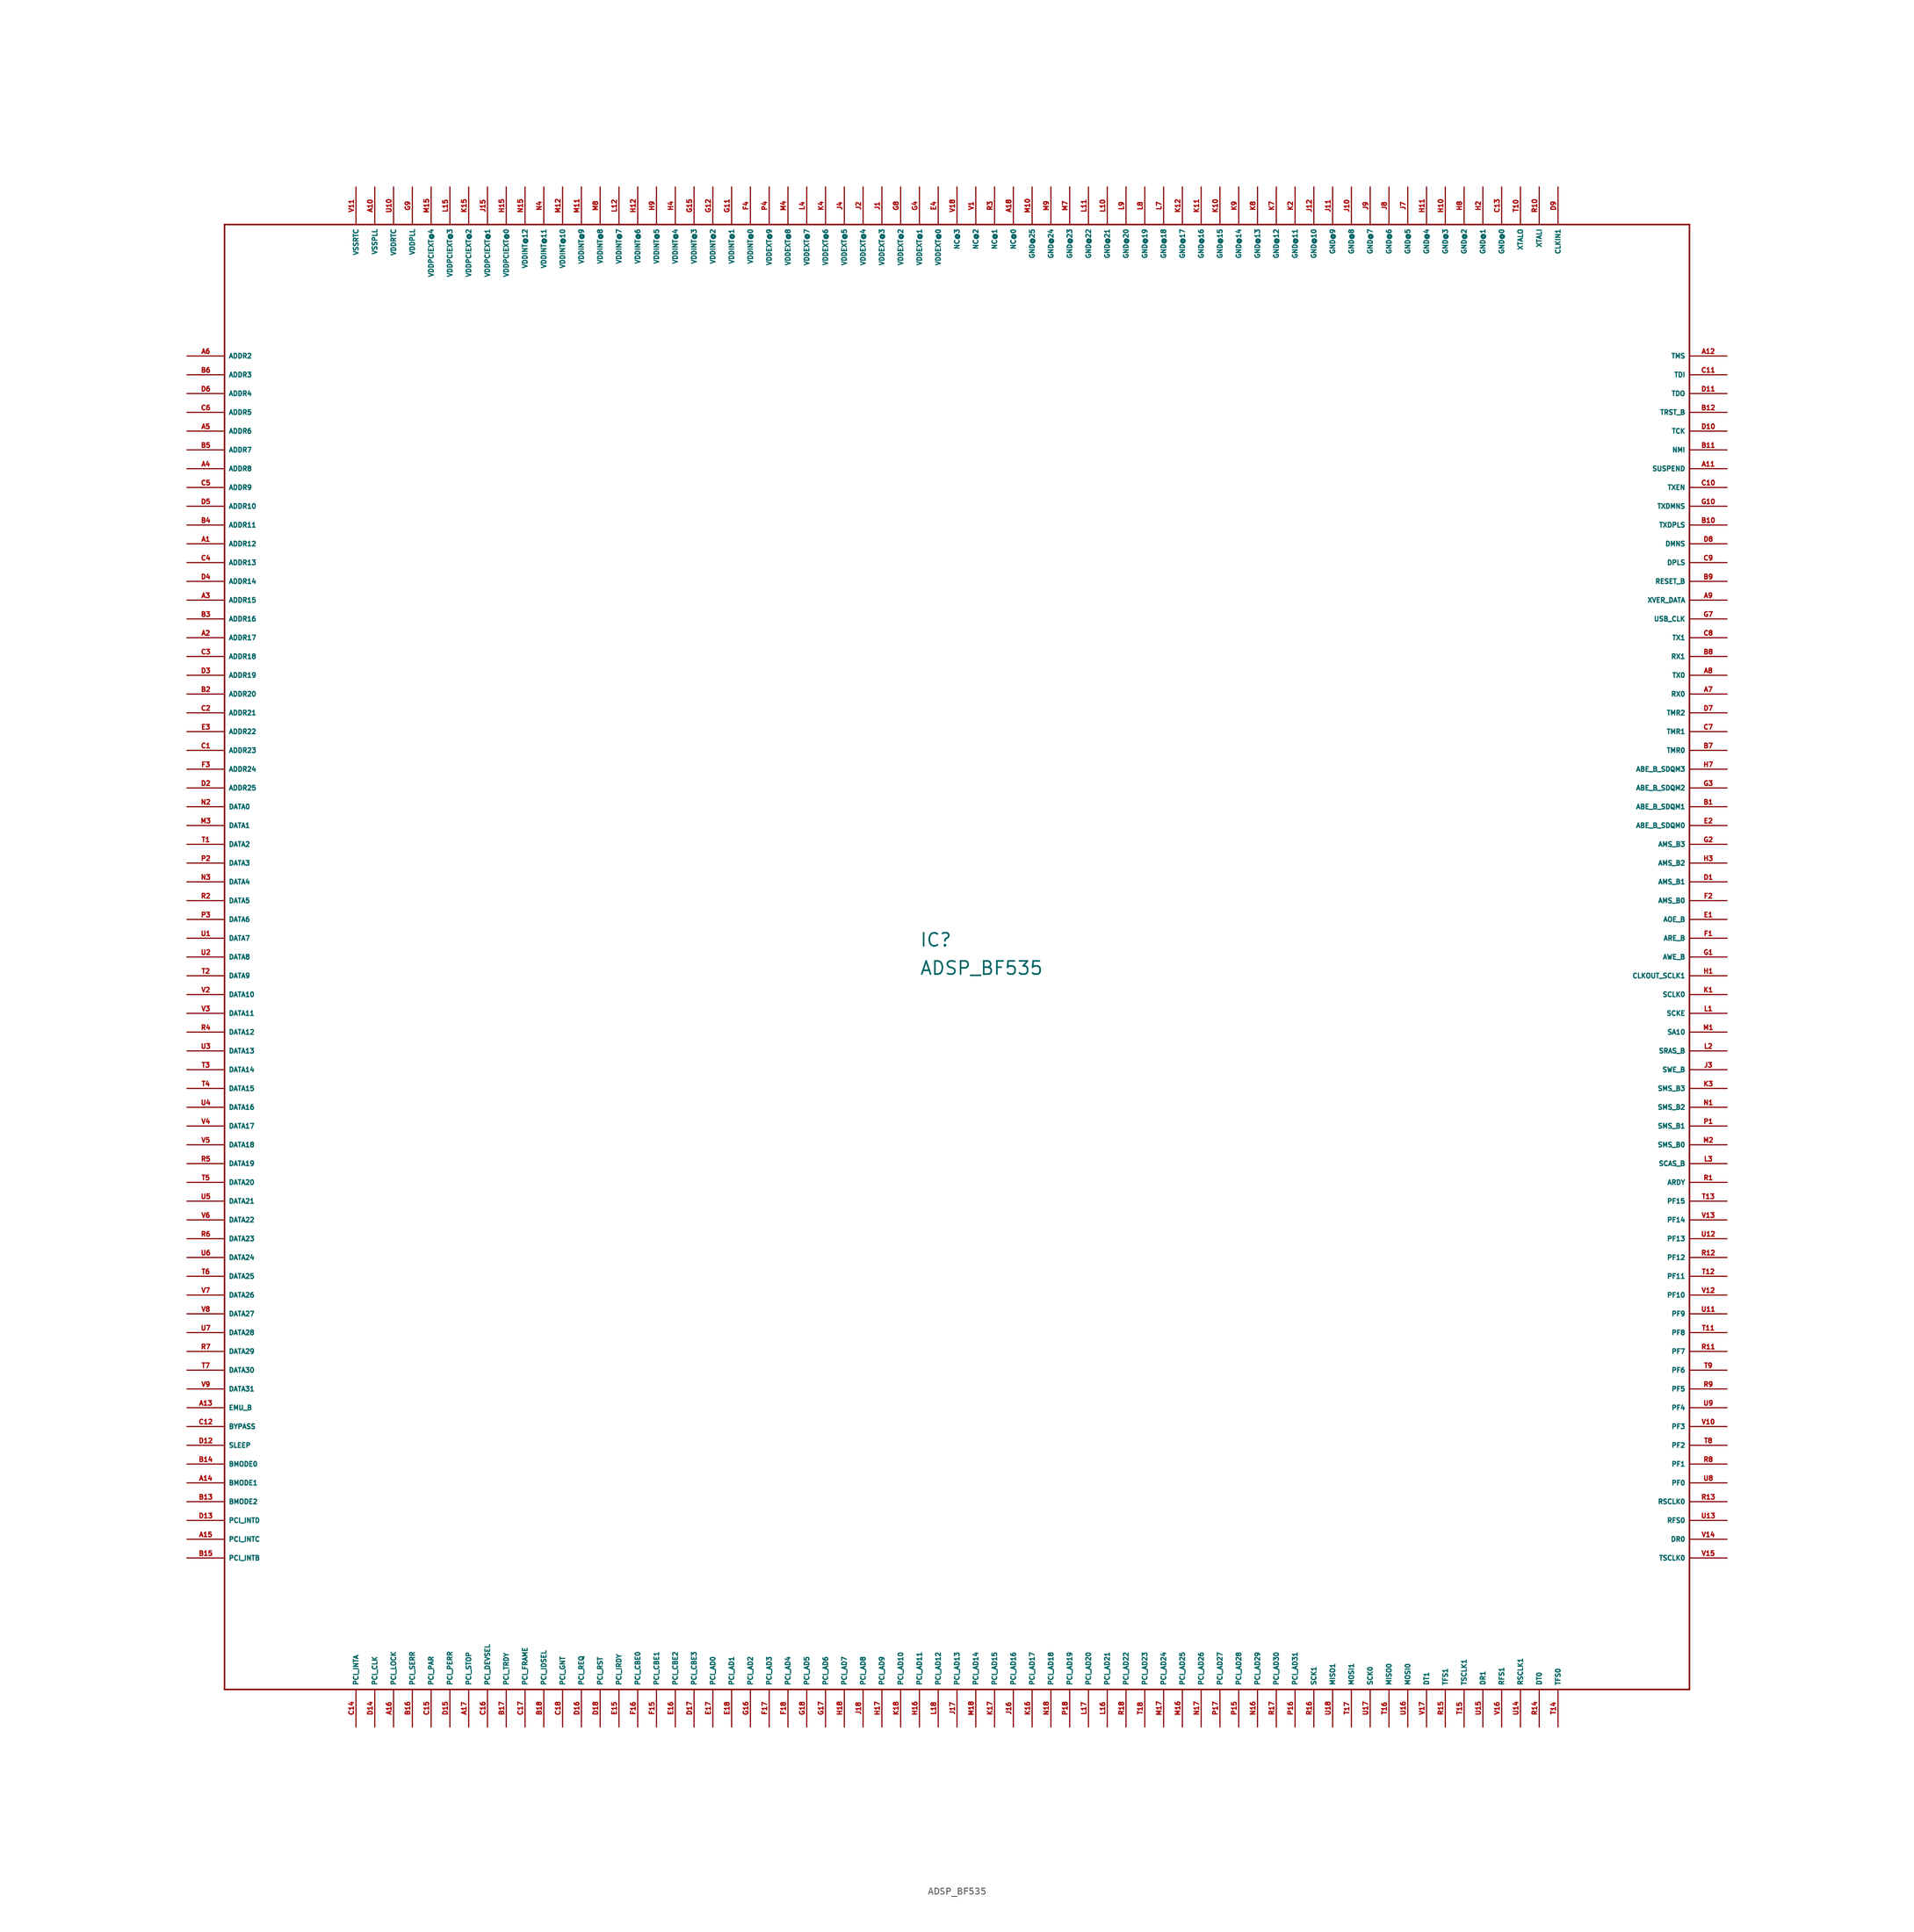
<source format=kicad_sym>
(kicad_symbol_lib
  (version 20220914)
  (generator Eagle2Kicad)
  (symbol "ADSP_BF535"
    (property "Reference" "IC"
      (at -5.08 1.27 0)
      (effects (font (size 1.778 1.778) (thickness 0.22)) (justify left bottom)))
    (property "Value" "ADSP_BF535"
      (at -5.08 -2.54 0)
      (effects (font (size 1.778 1.778) (thickness 0.22)) (justify left bottom)))
    (polyline
      (pts (xy -99.06 -99.06) (xy 99.06 -99.06))
      (stroke (width 0.203) (type default))
      (fill (type none)))
    (polyline
      (pts (xy 99.06 -99.06) (xy 99.06 99.06))
      (stroke (width 0.203) (type default))
      (fill (type none)))
    (polyline
      (pts (xy 99.06 99.06) (xy -99.06 99.06))
      (stroke (width 0.203) (type default))
      (fill (type none)))
    (polyline
      (pts (xy -99.06 99.06) (xy -99.06 -99.06))
      (stroke (width 0.203) (type default))
      (fill (type none)))
    (pin output line
      (at -104.14 81.28 0)
      (length 5.08)
      (name "ADDR2" (effects (font (size 0.635 0.635) (thickness 0.08)) (justify left bottom)))
      (number "A6" (effects (font (size 0.635 0.635) (thickness 0.08)) (justify left bottom))))
    (pin output line
      (at -104.14 78.74 0)
      (length 5.08)
      (name "ADDR3" (effects (font (size 0.635 0.635) (thickness 0.08)) (justify left bottom)))
      (number "B6" (effects (font (size 0.635 0.635) (thickness 0.08)) (justify left bottom))))
    (pin output line
      (at -104.14 76.2 0)
      (length 5.08)
      (name "ADDR4" (effects (font (size 0.635 0.635) (thickness 0.08)) (justify left bottom)))
      (number "D6" (effects (font (size 0.635 0.635) (thickness 0.08)) (justify left bottom))))
    (pin output line
      (at -104.14 73.66 0)
      (length 5.08)
      (name "ADDR5" (effects (font (size 0.635 0.635) (thickness 0.08)) (justify left bottom)))
      (number "C6" (effects (font (size 0.635 0.635) (thickness 0.08)) (justify left bottom))))
    (pin output line
      (at -104.14 71.12 0)
      (length 5.08)
      (name "ADDR6" (effects (font (size 0.635 0.635) (thickness 0.08)) (justify left bottom)))
      (number "A5" (effects (font (size 0.635 0.635) (thickness 0.08)) (justify left bottom))))
    (pin output line
      (at -104.14 68.58 0)
      (length 5.08)
      (name "ADDR7" (effects (font (size 0.635 0.635) (thickness 0.08)) (justify left bottom)))
      (number "B5" (effects (font (size 0.635 0.635) (thickness 0.08)) (justify left bottom))))
    (pin output line
      (at -104.14 66.04 0)
      (length 5.08)
      (name "ADDR8" (effects (font (size 0.635 0.635) (thickness 0.08)) (justify left bottom)))
      (number "A4" (effects (font (size 0.635 0.635) (thickness 0.08)) (justify left bottom))))
    (pin output line
      (at -104.14 63.5 0)
      (length 5.08)
      (name "ADDR9" (effects (font (size 0.635 0.635) (thickness 0.08)) (justify left bottom)))
      (number "C5" (effects (font (size 0.635 0.635) (thickness 0.08)) (justify left bottom))))
    (pin output line
      (at -104.14 60.96 0)
      (length 5.08)
      (name "ADDR10" (effects (font (size 0.635 0.635) (thickness 0.08)) (justify left bottom)))
      (number "D5" (effects (font (size 0.635 0.635) (thickness 0.08)) (justify left bottom))))
    (pin output line
      (at -104.14 58.42 0)
      (length 5.08)
      (name "ADDR11" (effects (font (size 0.635 0.635) (thickness 0.08)) (justify left bottom)))
      (number "B4" (effects (font (size 0.635 0.635) (thickness 0.08)) (justify left bottom))))
    (pin output line
      (at -104.14 55.88 0)
      (length 5.08)
      (name "ADDR12" (effects (font (size 0.635 0.635) (thickness 0.08)) (justify left bottom)))
      (number "A1" (effects (font (size 0.635 0.635) (thickness 0.08)) (justify left bottom))))
    (pin output line
      (at -104.14 53.34 0)
      (length 5.08)
      (name "ADDR13" (effects (font (size 0.635 0.635) (thickness 0.08)) (justify left bottom)))
      (number "C4" (effects (font (size 0.635 0.635) (thickness 0.08)) (justify left bottom))))
    (pin output line
      (at -104.14 50.8 0)
      (length 5.08)
      (name "ADDR14" (effects (font (size 0.635 0.635) (thickness 0.08)) (justify left bottom)))
      (number "D4" (effects (font (size 0.635 0.635) (thickness 0.08)) (justify left bottom))))
    (pin output line
      (at -104.14 48.26 0)
      (length 5.08)
      (name "ADDR15" (effects (font (size 0.635 0.635) (thickness 0.08)) (justify left bottom)))
      (number "A3" (effects (font (size 0.635 0.635) (thickness 0.08)) (justify left bottom))))
    (pin output line
      (at -104.14 45.72 0)
      (length 5.08)
      (name "ADDR16" (effects (font (size 0.635 0.635) (thickness 0.08)) (justify left bottom)))
      (number "B3" (effects (font (size 0.635 0.635) (thickness 0.08)) (justify left bottom))))
    (pin output line
      (at -104.14 43.18 0)
      (length 5.08)
      (name "ADDR17" (effects (font (size 0.635 0.635) (thickness 0.08)) (justify left bottom)))
      (number "A2" (effects (font (size 0.635 0.635) (thickness 0.08)) (justify left bottom))))
    (pin output line
      (at -104.14 40.64 0)
      (length 5.08)
      (name "ADDR18" (effects (font (size 0.635 0.635) (thickness 0.08)) (justify left bottom)))
      (number "C3" (effects (font (size 0.635 0.635) (thickness 0.08)) (justify left bottom))))
    (pin output line
      (at -104.14 38.1 0)
      (length 5.08)
      (name "ADDR19" (effects (font (size 0.635 0.635) (thickness 0.08)) (justify left bottom)))
      (number "D3" (effects (font (size 0.635 0.635) (thickness 0.08)) (justify left bottom))))
    (pin output line
      (at -104.14 35.56 0)
      (length 5.08)
      (name "ADDR20" (effects (font (size 0.635 0.635) (thickness 0.08)) (justify left bottom)))
      (number "B2" (effects (font (size 0.635 0.635) (thickness 0.08)) (justify left bottom))))
    (pin output line
      (at -104.14 33.02 0)
      (length 5.08)
      (name "ADDR21" (effects (font (size 0.635 0.635) (thickness 0.08)) (justify left bottom)))
      (number "C2" (effects (font (size 0.635 0.635) (thickness 0.08)) (justify left bottom))))
    (pin output line
      (at -104.14 30.48 0)
      (length 5.08)
      (name "ADDR22" (effects (font (size 0.635 0.635) (thickness 0.08)) (justify left bottom)))
      (number "E3" (effects (font (size 0.635 0.635) (thickness 0.08)) (justify left bottom))))
    (pin output line
      (at -104.14 27.94 0)
      (length 5.08)
      (name "ADDR23" (effects (font (size 0.635 0.635) (thickness 0.08)) (justify left bottom)))
      (number "C1" (effects (font (size 0.635 0.635) (thickness 0.08)) (justify left bottom))))
    (pin output line
      (at -104.14 25.4 0)
      (length 5.08)
      (name "ADDR24" (effects (font (size 0.635 0.635) (thickness 0.08)) (justify left bottom)))
      (number "F3" (effects (font (size 0.635 0.635) (thickness 0.08)) (justify left bottom))))
    (pin output line
      (at -104.14 22.86 0)
      (length 5.08)
      (name "ADDR25" (effects (font (size 0.635 0.635) (thickness 0.08)) (justify left bottom)))
      (number "D2" (effects (font (size 0.635 0.635) (thickness 0.08)) (justify left bottom))))
    (pin bidirectional line
      (at -104.14 20.32 0)
      (length 5.08)
      (name "DATA0" (effects (font (size 0.635 0.635) (thickness 0.08)) (justify left bottom)))
      (number "N2" (effects (font (size 0.635 0.635) (thickness 0.08)) (justify left bottom))))
    (pin bidirectional line
      (at -104.14 17.78 0)
      (length 5.08)
      (name "DATA1" (effects (font (size 0.635 0.635) (thickness 0.08)) (justify left bottom)))
      (number "M3" (effects (font (size 0.635 0.635) (thickness 0.08)) (justify left bottom))))
    (pin bidirectional line
      (at -104.14 15.24 0)
      (length 5.08)
      (name "DATA2" (effects (font (size 0.635 0.635) (thickness 0.08)) (justify left bottom)))
      (number "T1" (effects (font (size 0.635 0.635) (thickness 0.08)) (justify left bottom))))
    (pin bidirectional line
      (at -104.14 12.7 0)
      (length 5.08)
      (name "DATA3" (effects (font (size 0.635 0.635) (thickness 0.08)) (justify left bottom)))
      (number "P2" (effects (font (size 0.635 0.635) (thickness 0.08)) (justify left bottom))))
    (pin bidirectional line
      (at -104.14 10.16 0)
      (length 5.08)
      (name "DATA4" (effects (font (size 0.635 0.635) (thickness 0.08)) (justify left bottom)))
      (number "N3" (effects (font (size 0.635 0.635) (thickness 0.08)) (justify left bottom))))
    (pin bidirectional line
      (at -104.14 7.62 0)
      (length 5.08)
      (name "DATA5" (effects (font (size 0.635 0.635) (thickness 0.08)) (justify left bottom)))
      (number "R2" (effects (font (size 0.635 0.635) (thickness 0.08)) (justify left bottom))))
    (pin bidirectional line
      (at -104.14 5.08 0)
      (length 5.08)
      (name "DATA6" (effects (font (size 0.635 0.635) (thickness 0.08)) (justify left bottom)))
      (number "P3" (effects (font (size 0.635 0.635) (thickness 0.08)) (justify left bottom))))
    (pin bidirectional line
      (at -104.14 2.54 0)
      (length 5.08)
      (name "DATA7" (effects (font (size 0.635 0.635) (thickness 0.08)) (justify left bottom)))
      (number "U1" (effects (font (size 0.635 0.635) (thickness 0.08)) (justify left bottom))))
    (pin bidirectional line
      (at -104.14 0 0)
      (length 5.08)
      (name "DATA8" (effects (font (size 0.635 0.635) (thickness 0.08)) (justify left bottom)))
      (number "U2" (effects (font (size 0.635 0.635) (thickness 0.08)) (justify left bottom))))
    (pin bidirectional line
      (at -104.14 -2.54 0)
      (length 5.08)
      (name "DATA9" (effects (font (size 0.635 0.635) (thickness 0.08)) (justify left bottom)))
      (number "T2" (effects (font (size 0.635 0.635) (thickness 0.08)) (justify left bottom))))
    (pin bidirectional line
      (at -104.14 -5.08 0)
      (length 5.08)
      (name "DATA10" (effects (font (size 0.635 0.635) (thickness 0.08)) (justify left bottom)))
      (number "V2" (effects (font (size 0.635 0.635) (thickness 0.08)) (justify left bottom))))
    (pin bidirectional line
      (at -104.14 -7.62 0)
      (length 5.08)
      (name "DATA11" (effects (font (size 0.635 0.635) (thickness 0.08)) (justify left bottom)))
      (number "V3" (effects (font (size 0.635 0.635) (thickness 0.08)) (justify left bottom))))
    (pin bidirectional line
      (at -104.14 -10.16 0)
      (length 5.08)
      (name "DATA12" (effects (font (size 0.635 0.635) (thickness 0.08)) (justify left bottom)))
      (number "R4" (effects (font (size 0.635 0.635) (thickness 0.08)) (justify left bottom))))
    (pin bidirectional line
      (at -104.14 -12.7 0)
      (length 5.08)
      (name "DATA13" (effects (font (size 0.635 0.635) (thickness 0.08)) (justify left bottom)))
      (number "U3" (effects (font (size 0.635 0.635) (thickness 0.08)) (justify left bottom))))
    (pin bidirectional line
      (at -104.14 -15.24 0)
      (length 5.08)
      (name "DATA14" (effects (font (size 0.635 0.635) (thickness 0.08)) (justify left bottom)))
      (number "T3" (effects (font (size 0.635 0.635) (thickness 0.08)) (justify left bottom))))
    (pin bidirectional line
      (at -104.14 -17.78 0)
      (length 5.08)
      (name "DATA15" (effects (font (size 0.635 0.635) (thickness 0.08)) (justify left bottom)))
      (number "T4" (effects (font (size 0.635 0.635) (thickness 0.08)) (justify left bottom))))
    (pin bidirectional line
      (at -104.14 -20.32 0)
      (length 5.08)
      (name "DATA16" (effects (font (size 0.635 0.635) (thickness 0.08)) (justify left bottom)))
      (number "U4" (effects (font (size 0.635 0.635) (thickness 0.08)) (justify left bottom))))
    (pin bidirectional line
      (at -104.14 -22.86 0)
      (length 5.08)
      (name "DATA17" (effects (font (size 0.635 0.635) (thickness 0.08)) (justify left bottom)))
      (number "V4" (effects (font (size 0.635 0.635) (thickness 0.08)) (justify left bottom))))
    (pin bidirectional line
      (at -104.14 -25.4 0)
      (length 5.08)
      (name "DATA18" (effects (font (size 0.635 0.635) (thickness 0.08)) (justify left bottom)))
      (number "V5" (effects (font (size 0.635 0.635) (thickness 0.08)) (justify left bottom))))
    (pin bidirectional line
      (at -104.14 -27.94 0)
      (length 5.08)
      (name "DATA19" (effects (font (size 0.635 0.635) (thickness 0.08)) (justify left bottom)))
      (number "R5" (effects (font (size 0.635 0.635) (thickness 0.08)) (justify left bottom))))
    (pin bidirectional line
      (at -104.14 -30.48 0)
      (length 5.08)
      (name "DATA20" (effects (font (size 0.635 0.635) (thickness 0.08)) (justify left bottom)))
      (number "T5" (effects (font (size 0.635 0.635) (thickness 0.08)) (justify left bottom))))
    (pin bidirectional line
      (at -104.14 -33.02 0)
      (length 5.08)
      (name "DATA21" (effects (font (size 0.635 0.635) (thickness 0.08)) (justify left bottom)))
      (number "U5" (effects (font (size 0.635 0.635) (thickness 0.08)) (justify left bottom))))
    (pin bidirectional line
      (at -104.14 -35.56 0)
      (length 5.08)
      (name "DATA22" (effects (font (size 0.635 0.635) (thickness 0.08)) (justify left bottom)))
      (number "V6" (effects (font (size 0.635 0.635) (thickness 0.08)) (justify left bottom))))
    (pin bidirectional line
      (at -104.14 -38.1 0)
      (length 5.08)
      (name "DATA23" (effects (font (size 0.635 0.635) (thickness 0.08)) (justify left bottom)))
      (number "R6" (effects (font (size 0.635 0.635) (thickness 0.08)) (justify left bottom))))
    (pin bidirectional line
      (at -104.14 -40.64 0)
      (length 5.08)
      (name "DATA24" (effects (font (size 0.635 0.635) (thickness 0.08)) (justify left bottom)))
      (number "U6" (effects (font (size 0.635 0.635) (thickness 0.08)) (justify left bottom))))
    (pin bidirectional line
      (at -104.14 -43.18 0)
      (length 5.08)
      (name "DATA25" (effects (font (size 0.635 0.635) (thickness 0.08)) (justify left bottom)))
      (number "T6" (effects (font (size 0.635 0.635) (thickness 0.08)) (justify left bottom))))
    (pin bidirectional line
      (at -104.14 -45.72 0)
      (length 5.08)
      (name "DATA26" (effects (font (size 0.635 0.635) (thickness 0.08)) (justify left bottom)))
      (number "V7" (effects (font (size 0.635 0.635) (thickness 0.08)) (justify left bottom))))
    (pin bidirectional line
      (at -104.14 -48.26 0)
      (length 5.08)
      (name "DATA27" (effects (font (size 0.635 0.635) (thickness 0.08)) (justify left bottom)))
      (number "V8" (effects (font (size 0.635 0.635) (thickness 0.08)) (justify left bottom))))
    (pin bidirectional line
      (at -104.14 -50.8 0)
      (length 5.08)
      (name "DATA28" (effects (font (size 0.635 0.635) (thickness 0.08)) (justify left bottom)))
      (number "U7" (effects (font (size 0.635 0.635) (thickness 0.08)) (justify left bottom))))
    (pin bidirectional line
      (at -104.14 -53.34 0)
      (length 5.08)
      (name "DATA29" (effects (font (size 0.635 0.635) (thickness 0.08)) (justify left bottom)))
      (number "R7" (effects (font (size 0.635 0.635) (thickness 0.08)) (justify left bottom))))
    (pin bidirectional line
      (at -104.14 -55.88 0)
      (length 5.08)
      (name "DATA30" (effects (font (size 0.635 0.635) (thickness 0.08)) (justify left bottom)))
      (number "T7" (effects (font (size 0.635 0.635) (thickness 0.08)) (justify left bottom))))
    (pin bidirectional line
      (at -104.14 -58.42 0)
      (length 5.08)
      (name "DATA31" (effects (font (size 0.635 0.635) (thickness 0.08)) (justify left bottom)))
      (number "V9" (effects (font (size 0.635 0.635) (thickness 0.08)) (justify left bottom))))
    (pin output line
      (at -104.14 -60.96 0)
      (length 5.08)
      (name "EMU_B" (effects (font (size 0.635 0.635) (thickness 0.08)) (justify left bottom)))
      (number "A13" (effects (font (size 0.635 0.635) (thickness 0.08)) (justify left bottom))))
    (pin input line
      (at -104.14 -63.5 0)
      (length 5.08)
      (name "BYPASS" (effects (font (size 0.635 0.635) (thickness 0.08)) (justify left bottom)))
      (number "C12" (effects (font (size 0.635 0.635) (thickness 0.08)) (justify left bottom))))
    (pin output line
      (at -104.14 -66.04 0)
      (length 5.08)
      (name "SLEEP" (effects (font (size 0.635 0.635) (thickness 0.08)) (justify left bottom)))
      (number "D12" (effects (font (size 0.635 0.635) (thickness 0.08)) (justify left bottom))))
    (pin input line
      (at -104.14 -68.58 0)
      (length 5.08)
      (name "BMODE0" (effects (font (size 0.635 0.635) (thickness 0.08)) (justify left bottom)))
      (number "B14" (effects (font (size 0.635 0.635) (thickness 0.08)) (justify left bottom))))
    (pin input line
      (at -104.14 -71.12 0)
      (length 5.08)
      (name "BMODE1" (effects (font (size 0.635 0.635) (thickness 0.08)) (justify left bottom)))
      (number "A14" (effects (font (size 0.635 0.635) (thickness 0.08)) (justify left bottom))))
    (pin input line
      (at -104.14 -73.66 0)
      (length 5.08)
      (name "BMODE2" (effects (font (size 0.635 0.635) (thickness 0.08)) (justify left bottom)))
      (number "B13" (effects (font (size 0.635 0.635) (thickness 0.08)) (justify left bottom))))
    (pin input line
      (at -104.14 -76.2 0)
      (length 5.08)
      (name "PCI_INTD" (effects (font (size 0.635 0.635) (thickness 0.08)) (justify left bottom)))
      (number "D13" (effects (font (size 0.635 0.635) (thickness 0.08)) (justify left bottom))))
    (pin input line
      (at -104.14 -78.74 0)
      (length 5.08)
      (name "PCI_INTC" (effects (font (size 0.635 0.635) (thickness 0.08)) (justify left bottom)))
      (number "A15" (effects (font (size 0.635 0.635) (thickness 0.08)) (justify left bottom))))
    (pin input line
      (at -104.14 -81.28 0)
      (length 5.08)
      (name "PCI_INTB" (effects (font (size 0.635 0.635) (thickness 0.08)) (justify left bottom)))
      (number "B15" (effects (font (size 0.635 0.635) (thickness 0.08)) (justify left bottom))))
    (pin bidirectional line
      (at -81.28 -104.14 90)
      (length 5.08)
      (name "PCI_INTA" (effects (font (size 0.635 0.635) (thickness 0.08)) (justify left bottom)))
      (number "C14" (effects (font (size 0.635 0.635) (thickness 0.08)) (justify left bottom))))
    (pin input line
      (at -78.74 -104.14 90)
      (length 5.08)
      (name "PCI_CLK" (effects (font (size 0.635 0.635) (thickness 0.08)) (justify left bottom)))
      (number "D14" (effects (font (size 0.635 0.635) (thickness 0.08)) (justify left bottom))))
    (pin input line
      (at -76.2 -104.14 90)
      (length 5.08)
      (name "PCI_LOCK" (effects (font (size 0.635 0.635) (thickness 0.08)) (justify left bottom)))
      (number "A16" (effects (font (size 0.635 0.635) (thickness 0.08)) (justify left bottom))))
    (pin bidirectional line
      (at -73.66 -104.14 90)
      (length 5.08)
      (name "PCI_SERR" (effects (font (size 0.635 0.635) (thickness 0.08)) (justify left bottom)))
      (number "B16" (effects (font (size 0.635 0.635) (thickness 0.08)) (justify left bottom))))
    (pin bidirectional line
      (at -71.12 -104.14 90)
      (length 5.08)
      (name "PCI_PAR" (effects (font (size 0.635 0.635) (thickness 0.08)) (justify left bottom)))
      (number "C15" (effects (font (size 0.635 0.635) (thickness 0.08)) (justify left bottom))))
    (pin bidirectional line
      (at -68.58 -104.14 90)
      (length 5.08)
      (name "PCI_PERR" (effects (font (size 0.635 0.635) (thickness 0.08)) (justify left bottom)))
      (number "D15" (effects (font (size 0.635 0.635) (thickness 0.08)) (justify left bottom))))
    (pin bidirectional line
      (at -66.04 -104.14 90)
      (length 5.08)
      (name "PCI_STOP" (effects (font (size 0.635 0.635) (thickness 0.08)) (justify left bottom)))
      (number "A17" (effects (font (size 0.635 0.635) (thickness 0.08)) (justify left bottom))))
    (pin bidirectional line
      (at -63.5 -104.14 90)
      (length 5.08)
      (name "PCI_DEVSEL" (effects (font (size 0.635 0.635) (thickness 0.08)) (justify left bottom)))
      (number "C16" (effects (font (size 0.635 0.635) (thickness 0.08)) (justify left bottom))))
    (pin bidirectional line
      (at -60.96 -104.14 90)
      (length 5.08)
      (name "PCI_TRDY" (effects (font (size 0.635 0.635) (thickness 0.08)) (justify left bottom)))
      (number "B17" (effects (font (size 0.635 0.635) (thickness 0.08)) (justify left bottom))))
    (pin bidirectional line
      (at -58.42 -104.14 90)
      (length 5.08)
      (name "PCI_FRAME" (effects (font (size 0.635 0.635) (thickness 0.08)) (justify left bottom)))
      (number "C17" (effects (font (size 0.635 0.635) (thickness 0.08)) (justify left bottom))))
    (pin input line
      (at -55.88 -104.14 90)
      (length 5.08)
      (name "PCI_IDSEL" (effects (font (size 0.635 0.635) (thickness 0.08)) (justify left bottom)))
      (number "B18" (effects (font (size 0.635 0.635) (thickness 0.08)) (justify left bottom))))
    (pin input line
      (at -53.34 -104.14 90)
      (length 5.08)
      (name "PCI_GNT" (effects (font (size 0.635 0.635) (thickness 0.08)) (justify left bottom)))
      (number "C18" (effects (font (size 0.635 0.635) (thickness 0.08)) (justify left bottom))))
    (pin output line
      (at -50.8 -104.14 90)
      (length 5.08)
      (name "PCI_REQ" (effects (font (size 0.635 0.635) (thickness 0.08)) (justify left bottom)))
      (number "D16" (effects (font (size 0.635 0.635) (thickness 0.08)) (justify left bottom))))
    (pin bidirectional line
      (at -48.26 -104.14 90)
      (length 5.08)
      (name "PCI_RST" (effects (font (size 0.635 0.635) (thickness 0.08)) (justify left bottom)))
      (number "D18" (effects (font (size 0.635 0.635) (thickness 0.08)) (justify left bottom))))
    (pin bidirectional line
      (at -45.72 -104.14 90)
      (length 5.08)
      (name "PCI_IRDY" (effects (font (size 0.635 0.635) (thickness 0.08)) (justify left bottom)))
      (number "E15" (effects (font (size 0.635 0.635) (thickness 0.08)) (justify left bottom))))
    (pin bidirectional line
      (at -43.18 -104.14 90)
      (length 5.08)
      (name "PCI_CBE0" (effects (font (size 0.635 0.635) (thickness 0.08)) (justify left bottom)))
      (number "F16" (effects (font (size 0.635 0.635) (thickness 0.08)) (justify left bottom))))
    (pin bidirectional line
      (at -40.64 -104.14 90)
      (length 5.08)
      (name "PCI_CBE1" (effects (font (size 0.635 0.635) (thickness 0.08)) (justify left bottom)))
      (number "F15" (effects (font (size 0.635 0.635) (thickness 0.08)) (justify left bottom))))
    (pin bidirectional line
      (at -38.1 -104.14 90)
      (length 5.08)
      (name "PCI_CBE2" (effects (font (size 0.635 0.635) (thickness 0.08)) (justify left bottom)))
      (number "E16" (effects (font (size 0.635 0.635) (thickness 0.08)) (justify left bottom))))
    (pin bidirectional line
      (at -35.56 -104.14 90)
      (length 5.08)
      (name "PCI_CBE3" (effects (font (size 0.635 0.635) (thickness 0.08)) (justify left bottom)))
      (number "D17" (effects (font (size 0.635 0.635) (thickness 0.08)) (justify left bottom))))
    (pin bidirectional line
      (at -33.02 -104.14 90)
      (length 5.08)
      (name "PCI_AD0" (effects (font (size 0.635 0.635) (thickness 0.08)) (justify left bottom)))
      (number "E17" (effects (font (size 0.635 0.635) (thickness 0.08)) (justify left bottom))))
    (pin bidirectional line
      (at -30.48 -104.14 90)
      (length 5.08)
      (name "PCI_AD1" (effects (font (size 0.635 0.635) (thickness 0.08)) (justify left bottom)))
      (number "E18" (effects (font (size 0.635 0.635) (thickness 0.08)) (justify left bottom))))
    (pin bidirectional line
      (at -27.94 -104.14 90)
      (length 5.08)
      (name "PCI_AD2" (effects (font (size 0.635 0.635) (thickness 0.08)) (justify left bottom)))
      (number "G16" (effects (font (size 0.635 0.635) (thickness 0.08)) (justify left bottom))))
    (pin bidirectional line
      (at -25.4 -104.14 90)
      (length 5.08)
      (name "PCI_AD3" (effects (font (size 0.635 0.635) (thickness 0.08)) (justify left bottom)))
      (number "F17" (effects (font (size 0.635 0.635) (thickness 0.08)) (justify left bottom))))
    (pin bidirectional line
      (at -22.86 -104.14 90)
      (length 5.08)
      (name "PCI_AD4" (effects (font (size 0.635 0.635) (thickness 0.08)) (justify left bottom)))
      (number "F18" (effects (font (size 0.635 0.635) (thickness 0.08)) (justify left bottom))))
    (pin bidirectional line
      (at -20.32 -104.14 90)
      (length 5.08)
      (name "PCI_AD5" (effects (font (size 0.635 0.635) (thickness 0.08)) (justify left bottom)))
      (number "G18" (effects (font (size 0.635 0.635) (thickness 0.08)) (justify left bottom))))
    (pin bidirectional line
      (at -17.78 -104.14 90)
      (length 5.08)
      (name "PCI_AD6" (effects (font (size 0.635 0.635) (thickness 0.08)) (justify left bottom)))
      (number "G17" (effects (font (size 0.635 0.635) (thickness 0.08)) (justify left bottom))))
    (pin bidirectional line
      (at -15.24 -104.14 90)
      (length 5.08)
      (name "PCI_AD7" (effects (font (size 0.635 0.635) (thickness 0.08)) (justify left bottom)))
      (number "H18" (effects (font (size 0.635 0.635) (thickness 0.08)) (justify left bottom))))
    (pin bidirectional line
      (at -12.7 -104.14 90)
      (length 5.08)
      (name "PCI_AD8" (effects (font (size 0.635 0.635) (thickness 0.08)) (justify left bottom)))
      (number "J18" (effects (font (size 0.635 0.635) (thickness 0.08)) (justify left bottom))))
    (pin bidirectional line
      (at -10.16 -104.14 90)
      (length 5.08)
      (name "PCI_AD9" (effects (font (size 0.635 0.635) (thickness 0.08)) (justify left bottom)))
      (number "H17" (effects (font (size 0.635 0.635) (thickness 0.08)) (justify left bottom))))
    (pin bidirectional line
      (at -7.62 -104.14 90)
      (length 5.08)
      (name "PCI_AD10" (effects (font (size 0.635 0.635) (thickness 0.08)) (justify left bottom)))
      (number "K18" (effects (font (size 0.635 0.635) (thickness 0.08)) (justify left bottom))))
    (pin bidirectional line
      (at -5.08 -104.14 90)
      (length 5.08)
      (name "PCI_AD11" (effects (font (size 0.635 0.635) (thickness 0.08)) (justify left bottom)))
      (number "H16" (effects (font (size 0.635 0.635) (thickness 0.08)) (justify left bottom))))
    (pin bidirectional line
      (at -2.54 -104.14 90)
      (length 5.08)
      (name "PCI_AD12" (effects (font (size 0.635 0.635) (thickness 0.08)) (justify left bottom)))
      (number "L18" (effects (font (size 0.635 0.635) (thickness 0.08)) (justify left bottom))))
    (pin bidirectional line
      (at 0 -104.14 90)
      (length 5.08)
      (name "PCI_AD13" (effects (font (size 0.635 0.635) (thickness 0.08)) (justify left bottom)))
      (number "J17" (effects (font (size 0.635 0.635) (thickness 0.08)) (justify left bottom))))
    (pin bidirectional line
      (at 2.54 -104.14 90)
      (length 5.08)
      (name "PCI_AD14" (effects (font (size 0.635 0.635) (thickness 0.08)) (justify left bottom)))
      (number "M18" (effects (font (size 0.635 0.635) (thickness 0.08)) (justify left bottom))))
    (pin bidirectional line
      (at 5.08 -104.14 90)
      (length 5.08)
      (name "PCI_AD15" (effects (font (size 0.635 0.635) (thickness 0.08)) (justify left bottom)))
      (number "K17" (effects (font (size 0.635 0.635) (thickness 0.08)) (justify left bottom))))
    (pin bidirectional line
      (at 7.62 -104.14 90)
      (length 5.08)
      (name "PCI_AD16" (effects (font (size 0.635 0.635) (thickness 0.08)) (justify left bottom)))
      (number "J16" (effects (font (size 0.635 0.635) (thickness 0.08)) (justify left bottom))))
    (pin bidirectional line
      (at 10.16 -104.14 90)
      (length 5.08)
      (name "PCI_AD17" (effects (font (size 0.635 0.635) (thickness 0.08)) (justify left bottom)))
      (number "K16" (effects (font (size 0.635 0.635) (thickness 0.08)) (justify left bottom))))
    (pin bidirectional line
      (at 12.7 -104.14 90)
      (length 5.08)
      (name "PCI_AD18" (effects (font (size 0.635 0.635) (thickness 0.08)) (justify left bottom)))
      (number "N18" (effects (font (size 0.635 0.635) (thickness 0.08)) (justify left bottom))))
    (pin bidirectional line
      (at 15.24 -104.14 90)
      (length 5.08)
      (name "PCI_AD19" (effects (font (size 0.635 0.635) (thickness 0.08)) (justify left bottom)))
      (number "P18" (effects (font (size 0.635 0.635) (thickness 0.08)) (justify left bottom))))
    (pin bidirectional line
      (at 17.78 -104.14 90)
      (length 5.08)
      (name "PCI_AD20" (effects (font (size 0.635 0.635) (thickness 0.08)) (justify left bottom)))
      (number "L17" (effects (font (size 0.635 0.635) (thickness 0.08)) (justify left bottom))))
    (pin bidirectional line
      (at 20.32 -104.14 90)
      (length 5.08)
      (name "PCI_AD21" (effects (font (size 0.635 0.635) (thickness 0.08)) (justify left bottom)))
      (number "L16" (effects (font (size 0.635 0.635) (thickness 0.08)) (justify left bottom))))
    (pin bidirectional line
      (at 22.86 -104.14 90)
      (length 5.08)
      (name "PCI_AD22" (effects (font (size 0.635 0.635) (thickness 0.08)) (justify left bottom)))
      (number "R18" (effects (font (size 0.635 0.635) (thickness 0.08)) (justify left bottom))))
    (pin bidirectional line
      (at 25.4 -104.14 90)
      (length 5.08)
      (name "PCI_AD23" (effects (font (size 0.635 0.635) (thickness 0.08)) (justify left bottom)))
      (number "T18" (effects (font (size 0.635 0.635) (thickness 0.08)) (justify left bottom))))
    (pin bidirectional line
      (at 27.94 -104.14 90)
      (length 5.08)
      (name "PCI_AD24" (effects (font (size 0.635 0.635) (thickness 0.08)) (justify left bottom)))
      (number "M17" (effects (font (size 0.635 0.635) (thickness 0.08)) (justify left bottom))))
    (pin bidirectional line
      (at 30.48 -104.14 90)
      (length 5.08)
      (name "PCI_AD25" (effects (font (size 0.635 0.635) (thickness 0.08)) (justify left bottom)))
      (number "M16" (effects (font (size 0.635 0.635) (thickness 0.08)) (justify left bottom))))
    (pin bidirectional line
      (at 33.02 -104.14 90)
      (length 5.08)
      (name "PCI_AD26" (effects (font (size 0.635 0.635) (thickness 0.08)) (justify left bottom)))
      (number "N17" (effects (font (size 0.635 0.635) (thickness 0.08)) (justify left bottom))))
    (pin bidirectional line
      (at 35.56 -104.14 90)
      (length 5.08)
      (name "PCI_AD27" (effects (font (size 0.635 0.635) (thickness 0.08)) (justify left bottom)))
      (number "P17" (effects (font (size 0.635 0.635) (thickness 0.08)) (justify left bottom))))
    (pin bidirectional line
      (at 38.1 -104.14 90)
      (length 5.08)
      (name "PCI_AD28" (effects (font (size 0.635 0.635) (thickness 0.08)) (justify left bottom)))
      (number "P15" (effects (font (size 0.635 0.635) (thickness 0.08)) (justify left bottom))))
    (pin bidirectional line
      (at 40.64 -104.14 90)
      (length 5.08)
      (name "PCI_AD29" (effects (font (size 0.635 0.635) (thickness 0.08)) (justify left bottom)))
      (number "N16" (effects (font (size 0.635 0.635) (thickness 0.08)) (justify left bottom))))
    (pin bidirectional line
      (at 43.18 -104.14 90)
      (length 5.08)
      (name "PCI_AD30" (effects (font (size 0.635 0.635) (thickness 0.08)) (justify left bottom)))
      (number "R17" (effects (font (size 0.635 0.635) (thickness 0.08)) (justify left bottom))))
    (pin bidirectional line
      (at 45.72 -104.14 90)
      (length 5.08)
      (name "PCI_AD31" (effects (font (size 0.635 0.635) (thickness 0.08)) (justify left bottom)))
      (number "P16" (effects (font (size 0.635 0.635) (thickness 0.08)) (justify left bottom))))
    (pin bidirectional line
      (at 48.26 -104.14 90)
      (length 5.08)
      (name "SCK1" (effects (font (size 0.635 0.635) (thickness 0.08)) (justify left bottom)))
      (number "R16" (effects (font (size 0.635 0.635) (thickness 0.08)) (justify left bottom))))
    (pin bidirectional line
      (at 50.8 -104.14 90)
      (length 5.08)
      (name "MISO1" (effects (font (size 0.635 0.635) (thickness 0.08)) (justify left bottom)))
      (number "U18" (effects (font (size 0.635 0.635) (thickness 0.08)) (justify left bottom))))
    (pin bidirectional line
      (at 53.34 -104.14 90)
      (length 5.08)
      (name "MOSI1" (effects (font (size 0.635 0.635) (thickness 0.08)) (justify left bottom)))
      (number "T17" (effects (font (size 0.635 0.635) (thickness 0.08)) (justify left bottom))))
    (pin bidirectional line
      (at 55.88 -104.14 90)
      (length 5.08)
      (name "SCK0" (effects (font (size 0.635 0.635) (thickness 0.08)) (justify left bottom)))
      (number "U17" (effects (font (size 0.635 0.635) (thickness 0.08)) (justify left bottom))))
    (pin bidirectional line
      (at 58.42 -104.14 90)
      (length 5.08)
      (name "MISO0" (effects (font (size 0.635 0.635) (thickness 0.08)) (justify left bottom)))
      (number "T16" (effects (font (size 0.635 0.635) (thickness 0.08)) (justify left bottom))))
    (pin bidirectional line
      (at 60.96 -104.14 90)
      (length 5.08)
      (name "MOSI0" (effects (font (size 0.635 0.635) (thickness 0.08)) (justify left bottom)))
      (number "U16" (effects (font (size 0.635 0.635) (thickness 0.08)) (justify left bottom))))
    (pin output line
      (at 63.5 -104.14 90)
      (length 5.08)
      (name "DT1" (effects (font (size 0.635 0.635) (thickness 0.08)) (justify left bottom)))
      (number "V17" (effects (font (size 0.635 0.635) (thickness 0.08)) (justify left bottom))))
    (pin bidirectional line
      (at 66.04 -104.14 90)
      (length 5.08)
      (name "TFS1" (effects (font (size 0.635 0.635) (thickness 0.08)) (justify left bottom)))
      (number "R15" (effects (font (size 0.635 0.635) (thickness 0.08)) (justify left bottom))))
    (pin bidirectional line
      (at 68.58 -104.14 90)
      (length 5.08)
      (name "TSCLK1" (effects (font (size 0.635 0.635) (thickness 0.08)) (justify left bottom)))
      (number "T15" (effects (font (size 0.635 0.635) (thickness 0.08)) (justify left bottom))))
    (pin input line
      (at 71.12 -104.14 90)
      (length 5.08)
      (name "DR1" (effects (font (size 0.635 0.635) (thickness 0.08)) (justify left bottom)))
      (number "U15" (effects (font (size 0.635 0.635) (thickness 0.08)) (justify left bottom))))
    (pin bidirectional line
      (at 73.66 -104.14 90)
      (length 5.08)
      (name "RFS1" (effects (font (size 0.635 0.635) (thickness 0.08)) (justify left bottom)))
      (number "V16" (effects (font (size 0.635 0.635) (thickness 0.08)) (justify left bottom))))
    (pin bidirectional line
      (at 76.2 -104.14 90)
      (length 5.08)
      (name "RSCLK1" (effects (font (size 0.635 0.635) (thickness 0.08)) (justify left bottom)))
      (number "U14" (effects (font (size 0.635 0.635) (thickness 0.08)) (justify left bottom))))
    (pin output line
      (at 78.74 -104.14 90)
      (length 5.08)
      (name "DT0" (effects (font (size 0.635 0.635) (thickness 0.08)) (justify left bottom)))
      (number "R14" (effects (font (size 0.635 0.635) (thickness 0.08)) (justify left bottom))))
    (pin bidirectional line
      (at 81.28 -104.14 90)
      (length 5.08)
      (name "TFS0" (effects (font (size 0.635 0.635) (thickness 0.08)) (justify left bottom)))
      (number "T14" (effects (font (size 0.635 0.635) (thickness 0.08)) (justify left bottom))))
    (pin bidirectional line
      (at 104.14 -81.28 180)
      (length 5.08)
      (name "TSCLK0" (effects (font (size 0.635 0.635) (thickness 0.08)) (justify left bottom)))
      (number "V15" (effects (font (size 0.635 0.635) (thickness 0.08)) (justify left bottom))))
    (pin input line
      (at 104.14 -78.74 180)
      (length 5.08)
      (name "DR0" (effects (font (size 0.635 0.635) (thickness 0.08)) (justify left bottom)))
      (number "V14" (effects (font (size 0.635 0.635) (thickness 0.08)) (justify left bottom))))
    (pin bidirectional line
      (at 104.14 -76.2 180)
      (length 5.08)
      (name "RFS0" (effects (font (size 0.635 0.635) (thickness 0.08)) (justify left bottom)))
      (number "U13" (effects (font (size 0.635 0.635) (thickness 0.08)) (justify left bottom))))
    (pin bidirectional line
      (at 104.14 -73.66 180)
      (length 5.08)
      (name "RSCLK0" (effects (font (size 0.635 0.635) (thickness 0.08)) (justify left bottom)))
      (number "R13" (effects (font (size 0.635 0.635) (thickness 0.08)) (justify left bottom))))
    (pin bidirectional line
      (at 104.14 -71.12 180)
      (length 5.08)
      (name "PF0" (effects (font (size 0.635 0.635) (thickness 0.08)) (justify left bottom)))
      (number "U8" (effects (font (size 0.635 0.635) (thickness 0.08)) (justify left bottom))))
    (pin bidirectional line
      (at 104.14 -68.58 180)
      (length 5.08)
      (name "PF1" (effects (font (size 0.635 0.635) (thickness 0.08)) (justify left bottom)))
      (number "R8" (effects (font (size 0.635 0.635) (thickness 0.08)) (justify left bottom))))
    (pin bidirectional line
      (at 104.14 -66.04 180)
      (length 5.08)
      (name "PF2" (effects (font (size 0.635 0.635) (thickness 0.08)) (justify left bottom)))
      (number "T8" (effects (font (size 0.635 0.635) (thickness 0.08)) (justify left bottom))))
    (pin bidirectional line
      (at 104.14 -63.5 180)
      (length 5.08)
      (name "PF3" (effects (font (size 0.635 0.635) (thickness 0.08)) (justify left bottom)))
      (number "V10" (effects (font (size 0.635 0.635) (thickness 0.08)) (justify left bottom))))
    (pin bidirectional line
      (at 104.14 -60.96 180)
      (length 5.08)
      (name "PF4" (effects (font (size 0.635 0.635) (thickness 0.08)) (justify left bottom)))
      (number "U9" (effects (font (size 0.635 0.635) (thickness 0.08)) (justify left bottom))))
    (pin bidirectional line
      (at 104.14 -58.42 180)
      (length 5.08)
      (name "PF5" (effects (font (size 0.635 0.635) (thickness 0.08)) (justify left bottom)))
      (number "R9" (effects (font (size 0.635 0.635) (thickness 0.08)) (justify left bottom))))
    (pin bidirectional line
      (at 104.14 -55.88 180)
      (length 5.08)
      (name "PF6" (effects (font (size 0.635 0.635) (thickness 0.08)) (justify left bottom)))
      (number "T9" (effects (font (size 0.635 0.635) (thickness 0.08)) (justify left bottom))))
    (pin bidirectional line
      (at 104.14 -53.34 180)
      (length 5.08)
      (name "PF7" (effects (font (size 0.635 0.635) (thickness 0.08)) (justify left bottom)))
      (number "R11" (effects (font (size 0.635 0.635) (thickness 0.08)) (justify left bottom))))
    (pin bidirectional line
      (at 104.14 -50.8 180)
      (length 5.08)
      (name "PF8" (effects (font (size 0.635 0.635) (thickness 0.08)) (justify left bottom)))
      (number "T11" (effects (font (size 0.635 0.635) (thickness 0.08)) (justify left bottom))))
    (pin bidirectional line
      (at 104.14 -48.26 180)
      (length 5.08)
      (name "PF9" (effects (font (size 0.635 0.635) (thickness 0.08)) (justify left bottom)))
      (number "U11" (effects (font (size 0.635 0.635) (thickness 0.08)) (justify left bottom))))
    (pin bidirectional line
      (at 104.14 -45.72 180)
      (length 5.08)
      (name "PF10" (effects (font (size 0.635 0.635) (thickness 0.08)) (justify left bottom)))
      (number "V12" (effects (font (size 0.635 0.635) (thickness 0.08)) (justify left bottom))))
    (pin bidirectional line
      (at 104.14 -43.18 180)
      (length 5.08)
      (name "PF11" (effects (font (size 0.635 0.635) (thickness 0.08)) (justify left bottom)))
      (number "T12" (effects (font (size 0.635 0.635) (thickness 0.08)) (justify left bottom))))
    (pin bidirectional line
      (at 104.14 -40.64 180)
      (length 5.08)
      (name "PF12" (effects (font (size 0.635 0.635) (thickness 0.08)) (justify left bottom)))
      (number "R12" (effects (font (size 0.635 0.635) (thickness 0.08)) (justify left bottom))))
    (pin bidirectional line
      (at 104.14 -38.1 180)
      (length 5.08)
      (name "PF13" (effects (font (size 0.635 0.635) (thickness 0.08)) (justify left bottom)))
      (number "U12" (effects (font (size 0.635 0.635) (thickness 0.08)) (justify left bottom))))
    (pin bidirectional line
      (at 104.14 -35.56 180)
      (length 5.08)
      (name "PF14" (effects (font (size 0.635 0.635) (thickness 0.08)) (justify left bottom)))
      (number "V13" (effects (font (size 0.635 0.635) (thickness 0.08)) (justify left bottom))))
    (pin bidirectional line
      (at 104.14 -33.02 180)
      (length 5.08)
      (name "PF15" (effects (font (size 0.635 0.635) (thickness 0.08)) (justify left bottom)))
      (number "T13" (effects (font (size 0.635 0.635) (thickness 0.08)) (justify left bottom))))
    (pin input line
      (at 104.14 -30.48 180)
      (length 5.08)
      (name "ARDY" (effects (font (size 0.635 0.635) (thickness 0.08)) (justify left bottom)))
      (number "R1" (effects (font (size 0.635 0.635) (thickness 0.08)) (justify left bottom))))
    (pin output line
      (at 104.14 -27.94 180)
      (length 5.08)
      (name "SCAS_B" (effects (font (size 0.635 0.635) (thickness 0.08)) (justify left bottom)))
      (number "L3" (effects (font (size 0.635 0.635) (thickness 0.08)) (justify left bottom))))
    (pin output line
      (at 104.14 -25.4 180)
      (length 5.08)
      (name "SMS_B0" (effects (font (size 0.635 0.635) (thickness 0.08)) (justify left bottom)))
      (number "M2" (effects (font (size 0.635 0.635) (thickness 0.08)) (justify left bottom))))
    (pin output line
      (at 104.14 -22.86 180)
      (length 5.08)
      (name "SMS_B1" (effects (font (size 0.635 0.635) (thickness 0.08)) (justify left bottom)))
      (number "P1" (effects (font (size 0.635 0.635) (thickness 0.08)) (justify left bottom))))
    (pin output line
      (at 104.14 -20.32 180)
      (length 5.08)
      (name "SMS_B2" (effects (font (size 0.635 0.635) (thickness 0.08)) (justify left bottom)))
      (number "N1" (effects (font (size 0.635 0.635) (thickness 0.08)) (justify left bottom))))
    (pin output line
      (at 104.14 -17.78 180)
      (length 5.08)
      (name "SMS_B3" (effects (font (size 0.635 0.635) (thickness 0.08)) (justify left bottom)))
      (number "K3" (effects (font (size 0.635 0.635) (thickness 0.08)) (justify left bottom))))
    (pin output line
      (at 104.14 -15.24 180)
      (length 5.08)
      (name "SWE_B" (effects (font (size 0.635 0.635) (thickness 0.08)) (justify left bottom)))
      (number "J3" (effects (font (size 0.635 0.635) (thickness 0.08)) (justify left bottom))))
    (pin output line
      (at 104.14 -12.7 180)
      (length 5.08)
      (name "SRAS_B" (effects (font (size 0.635 0.635) (thickness 0.08)) (justify left bottom)))
      (number "L2" (effects (font (size 0.635 0.635) (thickness 0.08)) (justify left bottom))))
    (pin output line
      (at 104.14 -10.16 180)
      (length 5.08)
      (name "SA10" (effects (font (size 0.635 0.635) (thickness 0.08)) (justify left bottom)))
      (number "M1" (effects (font (size 0.635 0.635) (thickness 0.08)) (justify left bottom))))
    (pin output line
      (at 104.14 -7.62 180)
      (length 5.08)
      (name "SCKE" (effects (font (size 0.635 0.635) (thickness 0.08)) (justify left bottom)))
      (number "L1" (effects (font (size 0.635 0.635) (thickness 0.08)) (justify left bottom))))
    (pin tri_state line
      (at 104.14 -5.08 180)
      (length 5.08)
      (name "SCLK0" (effects (font (size 0.635 0.635) (thickness 0.08)) (justify left bottom)))
      (number "K1" (effects (font (size 0.635 0.635) (thickness 0.08)) (justify left bottom))))
    (pin tri_state line
      (at 104.14 -2.54 180)
      (length 5.08)
      (name "CLKOUT_SCLK1" (effects (font (size 0.635 0.635) (thickness 0.08)) (justify left bottom)))
      (number "H1" (effects (font (size 0.635 0.635) (thickness 0.08)) (justify left bottom))))
    (pin output line
      (at 104.14 0 180)
      (length 5.08)
      (name "AWE_B" (effects (font (size 0.635 0.635) (thickness 0.08)) (justify left bottom)))
      (number "G1" (effects (font (size 0.635 0.635) (thickness 0.08)) (justify left bottom))))
    (pin output line
      (at 104.14 2.54 180)
      (length 5.08)
      (name "ARE_B" (effects (font (size 0.635 0.635) (thickness 0.08)) (justify left bottom)))
      (number "F1" (effects (font (size 0.635 0.635) (thickness 0.08)) (justify left bottom))))
    (pin output line
      (at 104.14 5.08 180)
      (length 5.08)
      (name "AOE_B" (effects (font (size 0.635 0.635) (thickness 0.08)) (justify left bottom)))
      (number "E1" (effects (font (size 0.635 0.635) (thickness 0.08)) (justify left bottom))))
    (pin output line
      (at 104.14 7.62 180)
      (length 5.08)
      (name "AMS_B0" (effects (font (size 0.635 0.635) (thickness 0.08)) (justify left bottom)))
      (number "F2" (effects (font (size 0.635 0.635) (thickness 0.08)) (justify left bottom))))
    (pin output line
      (at 104.14 10.16 180)
      (length 5.08)
      (name "AMS_B1" (effects (font (size 0.635 0.635) (thickness 0.08)) (justify left bottom)))
      (number "D1" (effects (font (size 0.635 0.635) (thickness 0.08)) (justify left bottom))))
    (pin output line
      (at 104.14 12.7 180)
      (length 5.08)
      (name "AMS_B2" (effects (font (size 0.635 0.635) (thickness 0.08)) (justify left bottom)))
      (number "H3" (effects (font (size 0.635 0.635) (thickness 0.08)) (justify left bottom))))
    (pin output line
      (at 104.14 15.24 180)
      (length 5.08)
      (name "AMS_B3" (effects (font (size 0.635 0.635) (thickness 0.08)) (justify left bottom)))
      (number "G2" (effects (font (size 0.635 0.635) (thickness 0.08)) (justify left bottom))))
    (pin output line
      (at 104.14 17.78 180)
      (length 5.08)
      (name "ABE_B_SDQM0" (effects (font (size 0.635 0.635) (thickness 0.08)) (justify left bottom)))
      (number "E2" (effects (font (size 0.635 0.635) (thickness 0.08)) (justify left bottom))))
    (pin output line
      (at 104.14 20.32 180)
      (length 5.08)
      (name "ABE_B_SDQM1" (effects (font (size 0.635 0.635) (thickness 0.08)) (justify left bottom)))
      (number "B1" (effects (font (size 0.635 0.635) (thickness 0.08)) (justify left bottom))))
    (pin output line
      (at 104.14 22.86 180)
      (length 5.08)
      (name "ABE_B_SDQM2" (effects (font (size 0.635 0.635) (thickness 0.08)) (justify left bottom)))
      (number "G3" (effects (font (size 0.635 0.635) (thickness 0.08)) (justify left bottom))))
    (pin output line
      (at 104.14 25.4 180)
      (length 5.08)
      (name "ABE_B_SDQM3" (effects (font (size 0.635 0.635) (thickness 0.08)) (justify left bottom)))
      (number "H7" (effects (font (size 0.635 0.635) (thickness 0.08)) (justify left bottom))))
    (pin bidirectional line
      (at 104.14 27.94 180)
      (length 5.08)
      (name "TMR0" (effects (font (size 0.635 0.635) (thickness 0.08)) (justify left bottom)))
      (number "B7" (effects (font (size 0.635 0.635) (thickness 0.08)) (justify left bottom))))
    (pin bidirectional line
      (at 104.14 30.48 180)
      (length 5.08)
      (name "TMR1" (effects (font (size 0.635 0.635) (thickness 0.08)) (justify left bottom)))
      (number "C7" (effects (font (size 0.635 0.635) (thickness 0.08)) (justify left bottom))))
    (pin bidirectional line
      (at 104.14 33.02 180)
      (length 5.08)
      (name "TMR2" (effects (font (size 0.635 0.635) (thickness 0.08)) (justify left bottom)))
      (number "D7" (effects (font (size 0.635 0.635) (thickness 0.08)) (justify left bottom))))
    (pin input line
      (at 104.14 35.56 180)
      (length 5.08)
      (name "RX0" (effects (font (size 0.635 0.635) (thickness 0.08)) (justify left bottom)))
      (number "A7" (effects (font (size 0.635 0.635) (thickness 0.08)) (justify left bottom))))
    (pin output line
      (at 104.14 38.1 180)
      (length 5.08)
      (name "TX0" (effects (font (size 0.635 0.635) (thickness 0.08)) (justify left bottom)))
      (number "A8" (effects (font (size 0.635 0.635) (thickness 0.08)) (justify left bottom))))
    (pin input line
      (at 104.14 40.64 180)
      (length 5.08)
      (name "RX1" (effects (font (size 0.635 0.635) (thickness 0.08)) (justify left bottom)))
      (number "B8" (effects (font (size 0.635 0.635) (thickness 0.08)) (justify left bottom))))
    (pin output line
      (at 104.14 43.18 180)
      (length 5.08)
      (name "TX1" (effects (font (size 0.635 0.635) (thickness 0.08)) (justify left bottom)))
      (number "C8" (effects (font (size 0.635 0.635) (thickness 0.08)) (justify left bottom))))
    (pin input line
      (at 104.14 45.72 180)
      (length 5.08)
      (name "USB_CLK" (effects (font (size 0.635 0.635) (thickness 0.08)) (justify left bottom)))
      (number "G7" (effects (font (size 0.635 0.635) (thickness 0.08)) (justify left bottom))))
    (pin input line
      (at 104.14 48.26 180)
      (length 5.08)
      (name "XVER_DATA" (effects (font (size 0.635 0.635) (thickness 0.08)) (justify left bottom)))
      (number "A9" (effects (font (size 0.635 0.635) (thickness 0.08)) (justify left bottom))))
    (pin input line
      (at 104.14 50.8 180)
      (length 5.08)
      (name "RESET_B" (effects (font (size 0.635 0.635) (thickness 0.08)) (justify left bottom)))
      (number "B9" (effects (font (size 0.635 0.635) (thickness 0.08)) (justify left bottom))))
    (pin input line
      (at 104.14 53.34 180)
      (length 5.08)
      (name "DPLS" (effects (font (size 0.635 0.635) (thickness 0.08)) (justify left bottom)))
      (number "C9" (effects (font (size 0.635 0.635) (thickness 0.08)) (justify left bottom))))
    (pin input line
      (at 104.14 55.88 180)
      (length 5.08)
      (name "DMNS" (effects (font (size 0.635 0.635) (thickness 0.08)) (justify left bottom)))
      (number "D8" (effects (font (size 0.635 0.635) (thickness 0.08)) (justify left bottom))))
    (pin output line
      (at 104.14 58.42 180)
      (length 5.08)
      (name "TXDPLS" (effects (font (size 0.635 0.635) (thickness 0.08)) (justify left bottom)))
      (number "B10" (effects (font (size 0.635 0.635) (thickness 0.08)) (justify left bottom))))
    (pin output line
      (at 104.14 60.96 180)
      (length 5.08)
      (name "TXDMNS" (effects (font (size 0.635 0.635) (thickness 0.08)) (justify left bottom)))
      (number "G10" (effects (font (size 0.635 0.635) (thickness 0.08)) (justify left bottom))))
    (pin output line
      (at 104.14 63.5 180)
      (length 5.08)
      (name "TXEN" (effects (font (size 0.635 0.635) (thickness 0.08)) (justify left bottom)))
      (number "C10" (effects (font (size 0.635 0.635) (thickness 0.08)) (justify left bottom))))
    (pin output line
      (at 104.14 66.04 180)
      (length 5.08)
      (name "SUSPEND" (effects (font (size 0.635 0.635) (thickness 0.08)) (justify left bottom)))
      (number "A11" (effects (font (size 0.635 0.635) (thickness 0.08)) (justify left bottom))))
    (pin input line
      (at 104.14 68.58 180)
      (length 5.08)
      (name "NMI" (effects (font (size 0.635 0.635) (thickness 0.08)) (justify left bottom)))
      (number "B11" (effects (font (size 0.635 0.635) (thickness 0.08)) (justify left bottom))))
    (pin input line
      (at 104.14 71.12 180)
      (length 5.08)
      (name "TCK" (effects (font (size 0.635 0.635) (thickness 0.08)) (justify left bottom)))
      (number "D10" (effects (font (size 0.635 0.635) (thickness 0.08)) (justify left bottom))))
    (pin input line
      (at 104.14 73.66 180)
      (length 5.08)
      (name "TRST_B" (effects (font (size 0.635 0.635) (thickness 0.08)) (justify left bottom)))
      (number "B12" (effects (font (size 0.635 0.635) (thickness 0.08)) (justify left bottom))))
    (pin output line
      (at 104.14 76.2 180)
      (length 5.08)
      (name "TDO" (effects (font (size 0.635 0.635) (thickness 0.08)) (justify left bottom)))
      (number "D11" (effects (font (size 0.635 0.635) (thickness 0.08)) (justify left bottom))))
    (pin input line
      (at 104.14 78.74 180)
      (length 5.08)
      (name "TDI" (effects (font (size 0.635 0.635) (thickness 0.08)) (justify left bottom)))
      (number "C11" (effects (font (size 0.635 0.635) (thickness 0.08)) (justify left bottom))))
    (pin input line
      (at 104.14 81.28 180)
      (length 5.08)
      (name "TMS" (effects (font (size 0.635 0.635) (thickness 0.08)) (justify left bottom)))
      (number "A12" (effects (font (size 0.635 0.635) (thickness 0.08)) (justify left bottom))))
    (pin unspecified line
      (at 81.28 104.14 270)
      (length 5.08)
      (name "CLKIN1" (effects (font (size 0.635 0.635) (thickness 0.08)) (justify left bottom)))
      (number "D9" (effects (font (size 0.635 0.635) (thickness 0.08)) (justify left bottom))))
    (pin unspecified line
      (at 78.74 104.14 270)
      (length 5.08)
      (name "XTALI" (effects (font (size 0.635 0.635) (thickness 0.08)) (justify left bottom)))
      (number "R10" (effects (font (size 0.635 0.635) (thickness 0.08)) (justify left bottom))))
    (pin unspecified line
      (at 76.2 104.14 270)
      (length 5.08)
      (name "XTALO" (effects (font (size 0.635 0.635) (thickness 0.08)) (justify left bottom)))
      (number "T10" (effects (font (size 0.635 0.635) (thickness 0.08)) (justify left bottom))))
    (pin unspecified line
      (at 73.66 104.14 270)
      (length 5.08)
      (name "GND@0" (effects (font (size 0.635 0.635) (thickness 0.08)) (justify left bottom)))
      (number "C13" (effects (font (size 0.635 0.635) (thickness 0.08)) (justify left bottom))))
    (pin unspecified line
      (at 71.12 104.14 270)
      (length 5.08)
      (name "GND@1" (effects (font (size 0.635 0.635) (thickness 0.08)) (justify left bottom)))
      (number "H2" (effects (font (size 0.635 0.635) (thickness 0.08)) (justify left bottom))))
    (pin unspecified line
      (at 68.58 104.14 270)
      (length 5.08)
      (name "GND@2" (effects (font (size 0.635 0.635) (thickness 0.08)) (justify left bottom)))
      (number "H8" (effects (font (size 0.635 0.635) (thickness 0.08)) (justify left bottom))))
    (pin unspecified line
      (at 66.04 104.14 270)
      (length 5.08)
      (name "GND@3" (effects (font (size 0.635 0.635) (thickness 0.08)) (justify left bottom)))
      (number "H10" (effects (font (size 0.635 0.635) (thickness 0.08)) (justify left bottom))))
    (pin unspecified line
      (at 63.5 104.14 270)
      (length 5.08)
      (name "GND@4" (effects (font (size 0.635 0.635) (thickness 0.08)) (justify left bottom)))
      (number "H11" (effects (font (size 0.635 0.635) (thickness 0.08)) (justify left bottom))))
    (pin unspecified line
      (at 60.96 104.14 270)
      (length 5.08)
      (name "GND@5" (effects (font (size 0.635 0.635) (thickness 0.08)) (justify left bottom)))
      (number "J7" (effects (font (size 0.635 0.635) (thickness 0.08)) (justify left bottom))))
    (pin unspecified line
      (at 58.42 104.14 270)
      (length 5.08)
      (name "GND@6" (effects (font (size 0.635 0.635) (thickness 0.08)) (justify left bottom)))
      (number "J8" (effects (font (size 0.635 0.635) (thickness 0.08)) (justify left bottom))))
    (pin unspecified line
      (at 55.88 104.14 270)
      (length 5.08)
      (name "GND@7" (effects (font (size 0.635 0.635) (thickness 0.08)) (justify left bottom)))
      (number "J9" (effects (font (size 0.635 0.635) (thickness 0.08)) (justify left bottom))))
    (pin unspecified line
      (at 53.34 104.14 270)
      (length 5.08)
      (name "GND@8" (effects (font (size 0.635 0.635) (thickness 0.08)) (justify left bottom)))
      (number "J10" (effects (font (size 0.635 0.635) (thickness 0.08)) (justify left bottom))))
    (pin unspecified line
      (at 50.8 104.14 270)
      (length 5.08)
      (name "GND@9" (effects (font (size 0.635 0.635) (thickness 0.08)) (justify left bottom)))
      (number "J11" (effects (font (size 0.635 0.635) (thickness 0.08)) (justify left bottom))))
    (pin unspecified line
      (at 48.26 104.14 270)
      (length 5.08)
      (name "GND@10" (effects (font (size 0.635 0.635) (thickness 0.08)) (justify left bottom)))
      (number "J12" (effects (font (size 0.635 0.635) (thickness 0.08)) (justify left bottom))))
    (pin unspecified line
      (at 45.72 104.14 270)
      (length 5.08)
      (name "GND@11" (effects (font (size 0.635 0.635) (thickness 0.08)) (justify left bottom)))
      (number "K2" (effects (font (size 0.635 0.635) (thickness 0.08)) (justify left bottom))))
    (pin unspecified line
      (at 43.18 104.14 270)
      (length 5.08)
      (name "GND@12" (effects (font (size 0.635 0.635) (thickness 0.08)) (justify left bottom)))
      (number "K7" (effects (font (size 0.635 0.635) (thickness 0.08)) (justify left bottom))))
    (pin unspecified line
      (at 40.64 104.14 270)
      (length 5.08)
      (name "GND@13" (effects (font (size 0.635 0.635) (thickness 0.08)) (justify left bottom)))
      (number "K8" (effects (font (size 0.635 0.635) (thickness 0.08)) (justify left bottom))))
    (pin unspecified line
      (at 38.1 104.14 270)
      (length 5.08)
      (name "GND@14" (effects (font (size 0.635 0.635) (thickness 0.08)) (justify left bottom)))
      (number "K9" (effects (font (size 0.635 0.635) (thickness 0.08)) (justify left bottom))))
    (pin unspecified line
      (at 35.56 104.14 270)
      (length 5.08)
      (name "GND@15" (effects (font (size 0.635 0.635) (thickness 0.08)) (justify left bottom)))
      (number "K10" (effects (font (size 0.635 0.635) (thickness 0.08)) (justify left bottom))))
    (pin unspecified line
      (at 33.02 104.14 270)
      (length 5.08)
      (name "GND@16" (effects (font (size 0.635 0.635) (thickness 0.08)) (justify left bottom)))
      (number "K11" (effects (font (size 0.635 0.635) (thickness 0.08)) (justify left bottom))))
    (pin unspecified line
      (at 30.48 104.14 270)
      (length 5.08)
      (name "GND@17" (effects (font (size 0.635 0.635) (thickness 0.08)) (justify left bottom)))
      (number "K12" (effects (font (size 0.635 0.635) (thickness 0.08)) (justify left bottom))))
    (pin unspecified line
      (at 27.94 104.14 270)
      (length 5.08)
      (name "GND@18" (effects (font (size 0.635 0.635) (thickness 0.08)) (justify left bottom)))
      (number "L7" (effects (font (size 0.635 0.635) (thickness 0.08)) (justify left bottom))))
    (pin unspecified line
      (at 25.4 104.14 270)
      (length 5.08)
      (name "GND@19" (effects (font (size 0.635 0.635) (thickness 0.08)) (justify left bottom)))
      (number "L8" (effects (font (size 0.635 0.635) (thickness 0.08)) (justify left bottom))))
    (pin unspecified line
      (at 22.86 104.14 270)
      (length 5.08)
      (name "GND@20" (effects (font (size 0.635 0.635) (thickness 0.08)) (justify left bottom)))
      (number "L9" (effects (font (size 0.635 0.635) (thickness 0.08)) (justify left bottom))))
    (pin unspecified line
      (at 20.32 104.14 270)
      (length 5.08)
      (name "GND@21" (effects (font (size 0.635 0.635) (thickness 0.08)) (justify left bottom)))
      (number "L10" (effects (font (size 0.635 0.635) (thickness 0.08)) (justify left bottom))))
    (pin unspecified line
      (at 17.78 104.14 270)
      (length 5.08)
      (name "GND@22" (effects (font (size 0.635 0.635) (thickness 0.08)) (justify left bottom)))
      (number "L11" (effects (font (size 0.635 0.635) (thickness 0.08)) (justify left bottom))))
    (pin unspecified line
      (at 15.24 104.14 270)
      (length 5.08)
      (name "GND@23" (effects (font (size 0.635 0.635) (thickness 0.08)) (justify left bottom)))
      (number "M7" (effects (font (size 0.635 0.635) (thickness 0.08)) (justify left bottom))))
    (pin unspecified line
      (at 12.7 104.14 270)
      (length 5.08)
      (name "GND@24" (effects (font (size 0.635 0.635) (thickness 0.08)) (justify left bottom)))
      (number "M9" (effects (font (size 0.635 0.635) (thickness 0.08)) (justify left bottom))))
    (pin unspecified line
      (at 10.16 104.14 270)
      (length 5.08)
      (name "GND@25" (effects (font (size 0.635 0.635) (thickness 0.08)) (justify left bottom)))
      (number "M10" (effects (font (size 0.635 0.635) (thickness 0.08)) (justify left bottom))))
    (pin unspecified line
      (at 7.62 104.14 270)
      (length 5.08)
      (name "NC@0" (effects (font (size 0.635 0.635) (thickness 0.08)) (justify left bottom)))
      (number "A18" (effects (font (size 0.635 0.635) (thickness 0.08)) (justify left bottom))))
    (pin unspecified line
      (at 5.08 104.14 270)
      (length 5.08)
      (name "NC@1" (effects (font (size 0.635 0.635) (thickness 0.08)) (justify left bottom)))
      (number "R3" (effects (font (size 0.635 0.635) (thickness 0.08)) (justify left bottom))))
    (pin unspecified line
      (at 2.54 104.14 270)
      (length 5.08)
      (name "NC@2" (effects (font (size 0.635 0.635) (thickness 0.08)) (justify left bottom)))
      (number "V1" (effects (font (size 0.635 0.635) (thickness 0.08)) (justify left bottom))))
    (pin unspecified line
      (at 0 104.14 270)
      (length 5.08)
      (name "NC@3" (effects (font (size 0.635 0.635) (thickness 0.08)) (justify left bottom)))
      (number "V18" (effects (font (size 0.635 0.635) (thickness 0.08)) (justify left bottom))))
    (pin unspecified line
      (at -2.54 104.14 270)
      (length 5.08)
      (name "VDDEXT@0" (effects (font (size 0.635 0.635) (thickness 0.08)) (justify left bottom)))
      (number "E4" (effects (font (size 0.635 0.635) (thickness 0.08)) (justify left bottom))))
    (pin unspecified line
      (at -5.08 104.14 270)
      (length 5.08)
      (name "VDDEXT@1" (effects (font (size 0.635 0.635) (thickness 0.08)) (justify left bottom)))
      (number "G4" (effects (font (size 0.635 0.635) (thickness 0.08)) (justify left bottom))))
    (pin unspecified line
      (at -7.62 104.14 270)
      (length 5.08)
      (name "VDDEXT@2" (effects (font (size 0.635 0.635) (thickness 0.08)) (justify left bottom)))
      (number "G8" (effects (font (size 0.635 0.635) (thickness 0.08)) (justify left bottom))))
    (pin unspecified line
      (at -10.16 104.14 270)
      (length 5.08)
      (name "VDDEXT@3" (effects (font (size 0.635 0.635) (thickness 0.08)) (justify left bottom)))
      (number "J1" (effects (font (size 0.635 0.635) (thickness 0.08)) (justify left bottom))))
    (pin unspecified line
      (at -12.7 104.14 270)
      (length 5.08)
      (name "VDDEXT@4" (effects (font (size 0.635 0.635) (thickness 0.08)) (justify left bottom)))
      (number "J2" (effects (font (size 0.635 0.635) (thickness 0.08)) (justify left bottom))))
    (pin unspecified line
      (at -15.24 104.14 270)
      (length 5.08)
      (name "VDDEXT@5" (effects (font (size 0.635 0.635) (thickness 0.08)) (justify left bottom)))
      (number "J4" (effects (font (size 0.635 0.635) (thickness 0.08)) (justify left bottom))))
    (pin unspecified line
      (at -17.78 104.14 270)
      (length 5.08)
      (name "VDDEXT@6" (effects (font (size 0.635 0.635) (thickness 0.08)) (justify left bottom)))
      (number "K4" (effects (font (size 0.635 0.635) (thickness 0.08)) (justify left bottom))))
    (pin unspecified line
      (at -20.32 104.14 270)
      (length 5.08)
      (name "VDDEXT@7" (effects (font (size 0.635 0.635) (thickness 0.08)) (justify left bottom)))
      (number "L4" (effects (font (size 0.635 0.635) (thickness 0.08)) (justify left bottom))))
    (pin unspecified line
      (at -22.86 104.14 270)
      (length 5.08)
      (name "VDDEXT@8" (effects (font (size 0.635 0.635) (thickness 0.08)) (justify left bottom)))
      (number "M4" (effects (font (size 0.635 0.635) (thickness 0.08)) (justify left bottom))))
    (pin unspecified line
      (at -25.4 104.14 270)
      (length 5.08)
      (name "VDDEXT@9" (effects (font (size 0.635 0.635) (thickness 0.08)) (justify left bottom)))
      (number "P4" (effects (font (size 0.635 0.635) (thickness 0.08)) (justify left bottom))))
    (pin unspecified line
      (at -27.94 104.14 270)
      (length 5.08)
      (name "VDDINT@0" (effects (font (size 0.635 0.635) (thickness 0.08)) (justify left bottom)))
      (number "F4" (effects (font (size 0.635 0.635) (thickness 0.08)) (justify left bottom))))
    (pin unspecified line
      (at -30.48 104.14 270)
      (length 5.08)
      (name "VDDINT@1" (effects (font (size 0.635 0.635) (thickness 0.08)) (justify left bottom)))
      (number "G11" (effects (font (size 0.635 0.635) (thickness 0.08)) (justify left bottom))))
    (pin unspecified line
      (at -33.02 104.14 270)
      (length 5.08)
      (name "VDDINT@2" (effects (font (size 0.635 0.635) (thickness 0.08)) (justify left bottom)))
      (number "G12" (effects (font (size 0.635 0.635) (thickness 0.08)) (justify left bottom))))
    (pin unspecified line
      (at -35.56 104.14 270)
      (length 5.08)
      (name "VDDINT@3" (effects (font (size 0.635 0.635) (thickness 0.08)) (justify left bottom)))
      (number "G15" (effects (font (size 0.635 0.635) (thickness 0.08)) (justify left bottom))))
    (pin unspecified line
      (at -38.1 104.14 270)
      (length 5.08)
      (name "VDDINT@4" (effects (font (size 0.635 0.635) (thickness 0.08)) (justify left bottom)))
      (number "H4" (effects (font (size 0.635 0.635) (thickness 0.08)) (justify left bottom))))
    (pin unspecified line
      (at -40.64 104.14 270)
      (length 5.08)
      (name "VDDINT@5" (effects (font (size 0.635 0.635) (thickness 0.08)) (justify left bottom)))
      (number "H9" (effects (font (size 0.635 0.635) (thickness 0.08)) (justify left bottom))))
    (pin unspecified line
      (at -43.18 104.14 270)
      (length 5.08)
      (name "VDDINT@6" (effects (font (size 0.635 0.635) (thickness 0.08)) (justify left bottom)))
      (number "H12" (effects (font (size 0.635 0.635) (thickness 0.08)) (justify left bottom))))
    (pin unspecified line
      (at -45.72 104.14 270)
      (length 5.08)
      (name "VDDINT@7" (effects (font (size 0.635 0.635) (thickness 0.08)) (justify left bottom)))
      (number "L12" (effects (font (size 0.635 0.635) (thickness 0.08)) (justify left bottom))))
    (pin unspecified line
      (at -48.26 104.14 270)
      (length 5.08)
      (name "VDDINT@8" (effects (font (size 0.635 0.635) (thickness 0.08)) (justify left bottom)))
      (number "M8" (effects (font (size 0.635 0.635) (thickness 0.08)) (justify left bottom))))
    (pin unspecified line
      (at -50.8 104.14 270)
      (length 5.08)
      (name "VDDINT@9" (effects (font (size 0.635 0.635) (thickness 0.08)) (justify left bottom)))
      (number "M11" (effects (font (size 0.635 0.635) (thickness 0.08)) (justify left bottom))))
    (pin unspecified line
      (at -53.34 104.14 270)
      (length 5.08)
      (name "VDDINT@10" (effects (font (size 0.635 0.635) (thickness 0.08)) (justify left bottom)))
      (number "M12" (effects (font (size 0.635 0.635) (thickness 0.08)) (justify left bottom))))
    (pin unspecified line
      (at -55.88 104.14 270)
      (length 5.08)
      (name "VDDINT@11" (effects (font (size 0.635 0.635) (thickness 0.08)) (justify left bottom)))
      (number "N4" (effects (font (size 0.635 0.635) (thickness 0.08)) (justify left bottom))))
    (pin unspecified line
      (at -58.42 104.14 270)
      (length 5.08)
      (name "VDDINT@12" (effects (font (size 0.635 0.635) (thickness 0.08)) (justify left bottom)))
      (number "N15" (effects (font (size 0.635 0.635) (thickness 0.08)) (justify left bottom))))
    (pin unspecified line
      (at -60.96 104.14 270)
      (length 5.08)
      (name "VDDPCIEXT@0" (effects (font (size 0.635 0.635) (thickness 0.08)) (justify left bottom)))
      (number "H15" (effects (font (size 0.635 0.635) (thickness 0.08)) (justify left bottom))))
    (pin unspecified line
      (at -63.5 104.14 270)
      (length 5.08)
      (name "VDDPCIEXT@1" (effects (font (size 0.635 0.635) (thickness 0.08)) (justify left bottom)))
      (number "J15" (effects (font (size 0.635 0.635) (thickness 0.08)) (justify left bottom))))
    (pin unspecified line
      (at -66.04 104.14 270)
      (length 5.08)
      (name "VDDPCIEXT@2" (effects (font (size 0.635 0.635) (thickness 0.08)) (justify left bottom)))
      (number "K15" (effects (font (size 0.635 0.635) (thickness 0.08)) (justify left bottom))))
    (pin unspecified line
      (at -68.58 104.14 270)
      (length 5.08)
      (name "VDDPCIEXT@3" (effects (font (size 0.635 0.635) (thickness 0.08)) (justify left bottom)))
      (number "L15" (effects (font (size 0.635 0.635) (thickness 0.08)) (justify left bottom))))
    (pin unspecified line
      (at -71.12 104.14 270)
      (length 5.08)
      (name "VDDPCIEXT@4" (effects (font (size 0.635 0.635) (thickness 0.08)) (justify left bottom)))
      (number "M15" (effects (font (size 0.635 0.635) (thickness 0.08)) (justify left bottom))))
    (pin unspecified line
      (at -73.66 104.14 270)
      (length 5.08)
      (name "VDDPLL" (effects (font (size 0.635 0.635) (thickness 0.08)) (justify left bottom)))
      (number "G9" (effects (font (size 0.635 0.635) (thickness 0.08)) (justify left bottom))))
    (pin unspecified line
      (at -76.2 104.14 270)
      (length 5.08)
      (name "VDDRTC" (effects (font (size 0.635 0.635) (thickness 0.08)) (justify left bottom)))
      (number "U10" (effects (font (size 0.635 0.635) (thickness 0.08)) (justify left bottom))))
    (pin unspecified line
      (at -78.74 104.14 270)
      (length 5.08)
      (name "VSSPLL" (effects (font (size 0.635 0.635) (thickness 0.08)) (justify left bottom)))
      (number "A10" (effects (font (size 0.635 0.635) (thickness 0.08)) (justify left bottom))))
    (pin unspecified line
      (at -81.28 104.14 270)
      (length 5.08)
      (name "VSSRTC" (effects (font (size 0.635 0.635) (thickness 0.08)) (justify left bottom)))
      (number "V11" (effects (font (size 0.635 0.635) (thickness 0.08)) (justify left bottom))))))
</source>
